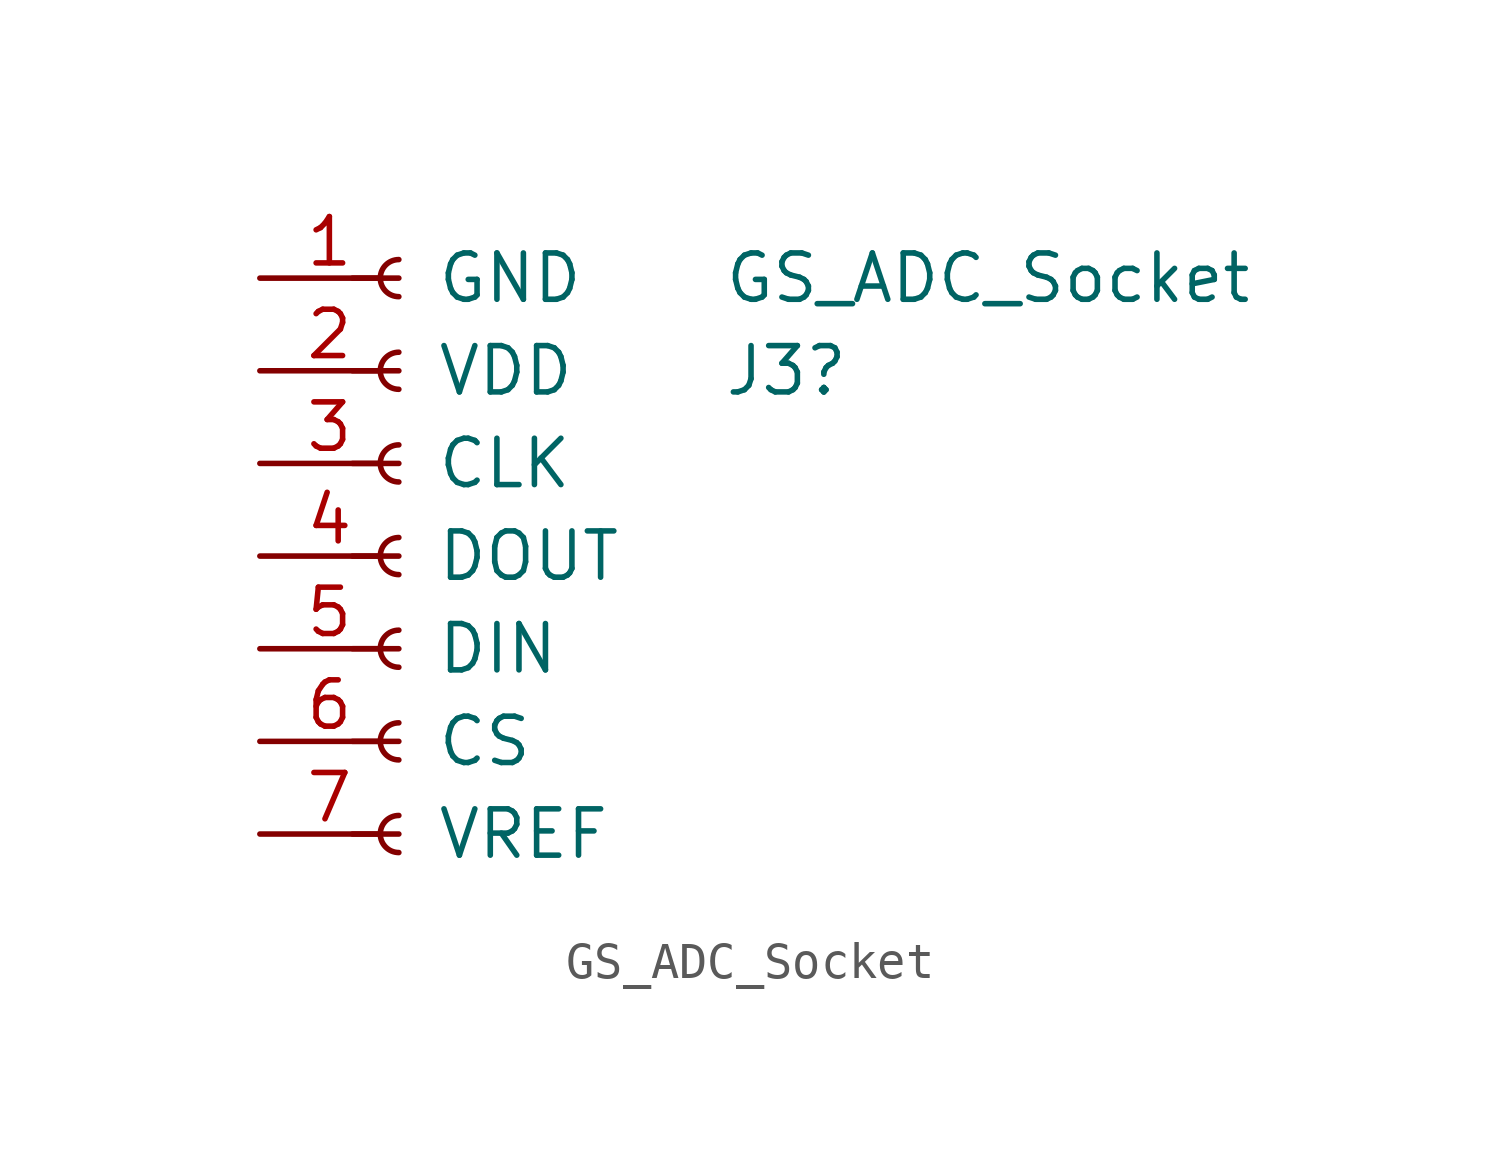
<source format=kicad_sym>
(kicad_symbol_lib
  (version 20220914)
  (generator kicad_symbol_editor)
  (symbol "GS_ADC_Socket"
    (pin_names
      (offset 1.016))
    (property "Reference" "J3"
      (at 8.89 5.08 0)
      (effects (font (size 1.27 1.27)) (justify left)))
    (property "Value" "GS_ADC_Socket"
      (at 8.89 7.62 0)
      (effects (font (size 1.27 1.27)) (justify left)))
    (symbol "GS_ADC_Socket_1_1"
      (arc (start 0 -7.112) (mid -0.5058 -7.62) (end 0 -8.128) (stroke (width 0.1524) (type default)) (fill (type none)))
      (arc (start 0 -4.572) (mid -0.5058 -5.08) (end 0 -5.588) (stroke (width 0.1524) (type default)) (fill (type none)))
      (arc (start 0 -2.032) (mid -0.5058 -2.54) (end 0 -3.048) (stroke (width 0.1524) (type default)) (fill (type none)))
      (polyline (pts (xy -1.27 -7.62) (xy -0.508 -7.62)) (stroke (width 0.152) (type default)) (fill (type none)))
      (polyline (pts (xy -1.27 -5.08) (xy -0.508 -5.08)) (stroke (width 0.152) (type default)) (fill (type none)))
      (polyline (pts (xy -1.27 -2.54) (xy -0.508 -2.54)) (stroke (width 0.152) (type default)) (fill (type none)))
      (polyline (pts (xy -1.27 0) (xy -0.508 0)) (stroke (width 0.152) (type default)) (fill (type none)))
      (polyline (pts (xy -1.27 2.54) (xy -0.508 2.54)) (stroke (width 0.152) (type default)) (fill (type none)))
      (polyline (pts (xy -1.27 5.08) (xy -0.508 5.08)) (stroke (width 0.152) (type default)) (fill (type none)))
      (polyline (pts (xy -1.27 7.62) (xy -0.508 7.62)) (stroke (width 0.152) (type default)) (fill (type none)))
      (arc (start 0 0.508) (mid -0.5058 0) (end 0 -0.508) (stroke (width 0.1524) (type default)) (fill (type none)))
      (arc (start 0 3.048) (mid -0.5058 2.54) (end 0 2.032) (stroke (width 0.1524) (type default)) (fill (type none)))
      (arc (start 0 5.588) (mid -0.5058 5.08) (end 0 4.572) (stroke (width 0.1524) (type default)) (fill (type none)))
      (arc (start 0 8.128) (mid -0.5058 7.62) (end 0 7.112) (stroke (width 0.1524) (type default)) (fill (type none)))
      (pin passive line (at -3.81 7.62 0) (length 3.81) (name "GND" (effects (font (size 1.27 1.27)))) (number "1" (effects (font (size 1.27 1.27)))))
      (pin passive line (at -3.81 5.08 0) (length 3.81) (name "VDD" (effects (font (size 1.27 1.27)))) (number "2" (effects (font (size 1.27 1.27)))))
      (pin passive line (at -3.81 2.54 0) (length 3.81) (name "CLK" (effects (font (size 1.27 1.27)))) (number "3" (effects (font (size 1.27 1.27)))))
      (pin passive line (at -3.81 0 0) (length 3.81) (name "DOUT" (effects (font (size 1.27 1.27)))) (number "4" (effects (font (size 1.27 1.27)))))
      (pin passive line (at -3.81 -2.54 0) (length 3.81) (name "DIN" (effects (font (size 1.27 1.27)))) (number "5" (effects (font (size 1.27 1.27)))))
      (pin passive line (at -3.81 -5.08 0) (length 3.81) (name "CS" (effects (font (size 1.27 1.27)))) (number "6" (effects (font (size 1.27 1.27)))))
      (pin passive line (at -3.81 -7.62 0) (length 3.81) (name "VREF" (effects (font (size 1.27 1.27)))) (number "7" (effects (font (size 1.27 1.27))))))))
</source>
